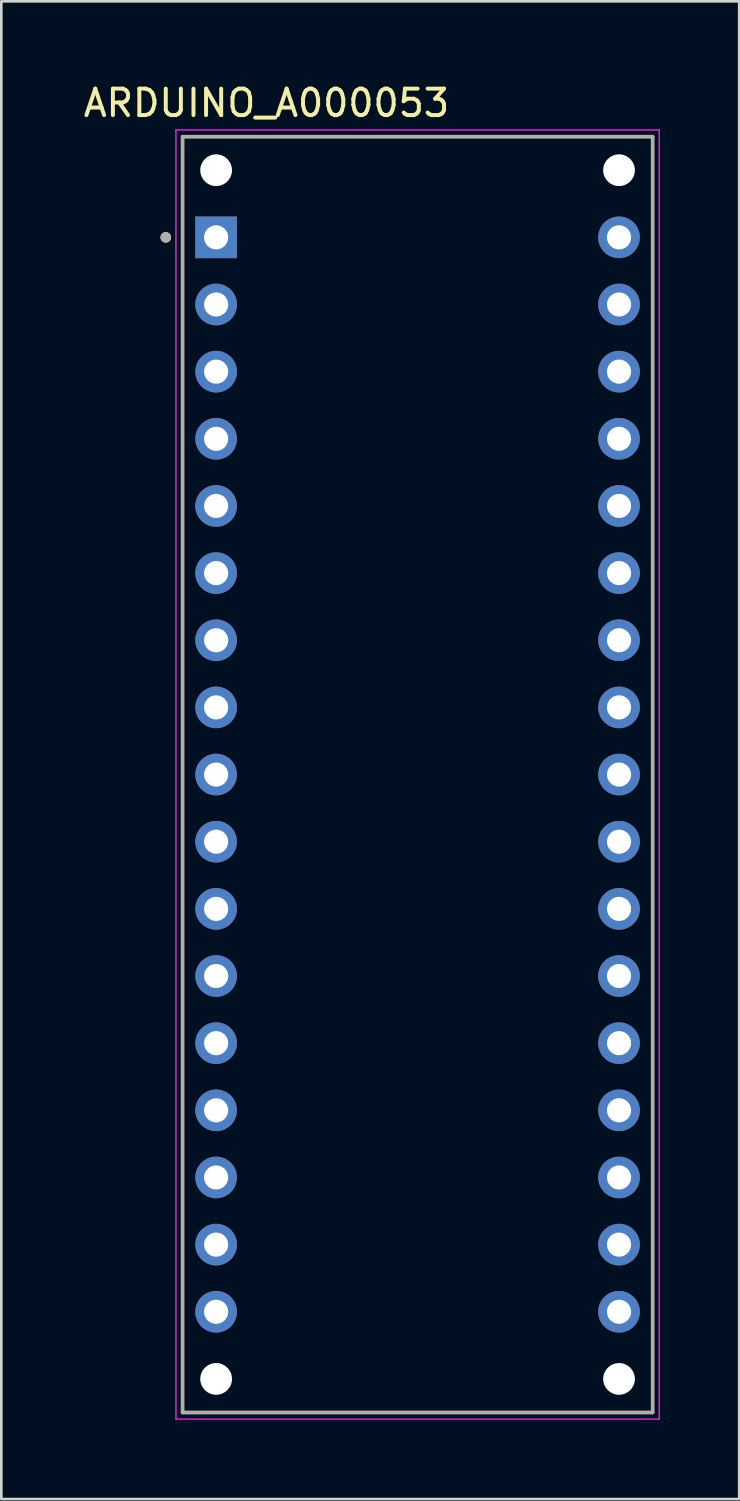
<source format=kicad_pcb>
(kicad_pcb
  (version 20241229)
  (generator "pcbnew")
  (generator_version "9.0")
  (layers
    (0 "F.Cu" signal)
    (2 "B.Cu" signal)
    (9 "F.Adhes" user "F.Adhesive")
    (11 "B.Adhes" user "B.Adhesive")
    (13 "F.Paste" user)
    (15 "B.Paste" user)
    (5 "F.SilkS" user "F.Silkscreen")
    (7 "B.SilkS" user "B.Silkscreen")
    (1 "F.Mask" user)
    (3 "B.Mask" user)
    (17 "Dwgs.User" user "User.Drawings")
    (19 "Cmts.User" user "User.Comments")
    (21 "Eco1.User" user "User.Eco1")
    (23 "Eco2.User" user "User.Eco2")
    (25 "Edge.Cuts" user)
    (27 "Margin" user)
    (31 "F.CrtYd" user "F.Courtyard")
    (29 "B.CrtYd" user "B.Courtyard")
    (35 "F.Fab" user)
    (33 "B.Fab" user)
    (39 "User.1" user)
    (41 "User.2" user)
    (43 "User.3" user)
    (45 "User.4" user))
  (footprint "ARDUINO_A000053"
    (layer "F.Cu")
    (at 12.745 26.248)
    (property "Reference" "ARDUINO_A000053" (at -5.715 -25.4 0) (layer "F.SilkS") (effects (font (size 1 1) (thickness 0.15))))
    (attr through_hole)
    (fp_line (start -8.89 -24.13) (end 8.89 -24.13) (stroke (width 0.127) (type solid)) (layer "F.SilkS"))
    (fp_line (start -8.89 24.13) (end -8.89 -24.13) (stroke (width 0.127) (type solid)) (layer "F.SilkS"))
    (fp_line (start -8.89 24.13) (end 8.89 24.13) (stroke (width 0.127) (type solid)) (layer "F.SilkS"))
    (fp_line (start 8.89 24.13) (end 8.89 -24.13) (stroke (width 0.127) (type solid)) (layer "F.SilkS"))
    (fp_circle (center -9.525 -20.32) (end -9.425 -20.32) (stroke (width 0.2) (type solid)) (fill no) (layer "F.SilkS"))
    (fp_line (start -9.14 -24.38) (end 9.14 -24.38) (stroke (width 0.05) (type solid)) (layer "F.CrtYd"))
    (fp_line (start -9.14 24.38) (end -9.14 -24.38) (stroke (width 0.05) (type solid)) (layer "F.CrtYd"))
    (fp_line (start -9.14 24.38) (end 9.14 24.38) (stroke (width 0.05) (type solid)) (layer "F.CrtYd"))
    (fp_line (start 9.14 24.38) (end 9.14 -24.38) (stroke (width 0.05) (type solid)) (layer "F.CrtYd"))
    (fp_line (start -8.89 -24.13) (end 8.89 -24.13) (stroke (width 0.127) (type solid)) (layer "F.Fab"))
    (fp_line (start -8.89 24.13) (end -8.89 -24.13) (stroke (width 0.127) (type solid)) (layer "F.Fab"))
    (fp_line (start -8.89 24.13) (end 8.89 24.13) (stroke (width 0.127) (type solid)) (layer "F.Fab"))
    (fp_line (start 8.89 24.13) (end 8.89 -24.13) (stroke (width 0.127) (type solid)) (layer "F.Fab"))
    (fp_circle (center -9.525 -20.32) (end -9.425 -20.32) (stroke (width 0.2) (type solid)) (fill no) (layer "F.Fab"))
    (pad "" np_thru_hole circle (at -7.62 -22.86) (size 1.2 1.2) (drill 1.2) (layers "*.Cu" "*.Mask"))
    (pad "" np_thru_hole circle (at -7.62 22.86) (size 1.2 1.2) (drill 1.2) (layers "*.Cu" "*.Mask"))
    (pad "" np_thru_hole circle (at 7.62 -22.86) (size 1.2 1.2) (drill 1.2) (layers "*.Cu" "*.Mask"))
    (pad "" np_thru_hole circle (at 7.62 22.86) (size 1.2 1.2) (drill 1.2) (layers "*.Cu" "*.Mask"))
    (pad "1" thru_hole rect (at -7.62 -20.32) (size 1.575 1.575) (drill 0.914) (layers "*.Cu" "*.Mask"))
    (pad "2" thru_hole circle (at -7.62 -17.78) (size 1.575 1.575) (drill 0.914) (layers "*.Cu" "*.Mask"))
    (pad "3" thru_hole circle (at -7.62 -15.24) (size 1.575 1.575) (drill 0.914) (layers "*.Cu" "*.Mask"))
    (pad "4" thru_hole circle (at -7.62 -12.7) (size 1.575 1.575) (drill 0.914) (layers "*.Cu" "*.Mask"))
    (pad "5" thru_hole circle (at -7.62 -10.16) (size 1.575 1.575) (drill 0.914) (layers "*.Cu" "*.Mask"))
    (pad "6" thru_hole circle (at -7.62 -7.62) (size 1.575 1.575) (drill 0.914) (layers "*.Cu" "*.Mask"))
    (pad "7" thru_hole circle (at -7.62 -5.08) (size 1.575 1.575) (drill 0.914) (layers "*.Cu" "*.Mask"))
    (pad "8" thru_hole circle (at -7.62 -2.54) (size 1.575 1.575) (drill 0.914) (layers "*.Cu" "*.Mask"))
    (pad "9" thru_hole circle (at -7.62 0) (size 1.575 1.575) (drill 0.914) (layers "*.Cu" "*.Mask"))
    (pad "10" thru_hole circle (at -7.62 2.54) (size 1.575 1.575) (drill 0.914) (layers "*.Cu" "*.Mask"))
    (pad "11" thru_hole circle (at -7.62 5.08) (size 1.575 1.575) (drill 0.914) (layers "*.Cu" "*.Mask"))
    (pad "12" thru_hole circle (at -7.62 7.62) (size 1.575 1.575) (drill 0.914) (layers "*.Cu" "*.Mask"))
    (pad "13" thru_hole circle (at -7.62 10.16) (size 1.575 1.575) (drill 0.914) (layers "*.Cu" "*.Mask"))
    (pad "14" thru_hole circle (at -7.62 12.7) (size 1.575 1.575) (drill 0.914) (layers "*.Cu" "*.Mask"))
    (pad "15" thru_hole circle (at -7.62 15.24) (size 1.575 1.575) (drill 0.914) (layers "*.Cu" "*.Mask"))
    (pad "16" thru_hole circle (at -7.62 17.78) (size 1.575 1.575) (drill 0.914) (layers "*.Cu" "*.Mask"))
    (pad "17" thru_hole circle (at -7.62 20.32) (size 1.575 1.575) (drill 0.914) (layers "*.Cu" "*.Mask"))
    (pad "18" thru_hole circle (at 7.62 20.32) (size 1.575 1.575) (drill 0.914) (layers "*.Cu" "*.Mask"))
    (pad "19" thru_hole circle (at 7.62 17.78) (size 1.575 1.575) (drill 0.914) (layers "*.Cu" "*.Mask"))
    (pad "20" thru_hole circle (at 7.62 15.24) (size 1.575 1.575) (drill 0.914) (layers "*.Cu" "*.Mask"))
    (pad "21" thru_hole circle (at 7.62 12.7) (size 1.575 1.575) (drill 0.914) (layers "*.Cu" "*.Mask"))
    (pad "22" thru_hole circle (at 7.62 10.16) (size 1.575 1.575) (drill 0.914) (layers "*.Cu" "*.Mask"))
    (pad "23" thru_hole circle (at 7.62 7.62) (size 1.575 1.575) (drill 0.914) (layers "*.Cu" "*.Mask"))
    (pad "24" thru_hole circle (at 7.62 5.08) (size 1.575 1.575) (drill 0.914) (layers "*.Cu" "*.Mask"))
    (pad "25" thru_hole circle (at 7.62 2.54) (size 1.575 1.575) (drill 0.914) (layers "*.Cu" "*.Mask"))
    (pad "26" thru_hole circle (at 7.62 0) (size 1.575 1.575) (drill 0.914) (layers "*.Cu" "*.Mask"))
    (pad "27" thru_hole circle (at 7.62 -2.54) (size 1.575 1.575) (drill 0.914) (layers "*.Cu" "*.Mask"))
    (pad "28" thru_hole circle (at 7.62 -5.08) (size 1.575 1.575) (drill 0.914) (layers "*.Cu" "*.Mask"))
    (pad "29" thru_hole circle (at 7.62 -7.62) (size 1.575 1.575) (drill 0.914) (layers "*.Cu" "*.Mask"))
    (pad "30" thru_hole circle (at 7.62 -10.16) (size 1.575 1.575) (drill 0.914) (layers "*.Cu" "*.Mask"))
    (pad "31" thru_hole circle (at 7.62 -12.7) (size 1.575 1.575) (drill 0.914) (layers "*.Cu" "*.Mask"))
    (pad "32" thru_hole circle (at 7.62 -15.24) (size 1.575 1.575) (drill 0.914) (layers "*.Cu" "*.Mask"))
    (pad "33" thru_hole circle (at 7.62 -17.78) (size 1.575 1.575) (drill 0.914) (layers "*.Cu" "*.Mask"))
    (pad "34" thru_hole circle (at 7.62 -20.32) (size 1.575 1.575) (drill 0.914) (layers "*.Cu" "*.Mask")))
  (gr_rect
    (start -3 -3)
    (end 24.91 53.653)
    (stroke (width 0.1) (type default))
    (fill no)
    (layer "Edge.Cuts")))
</source>
